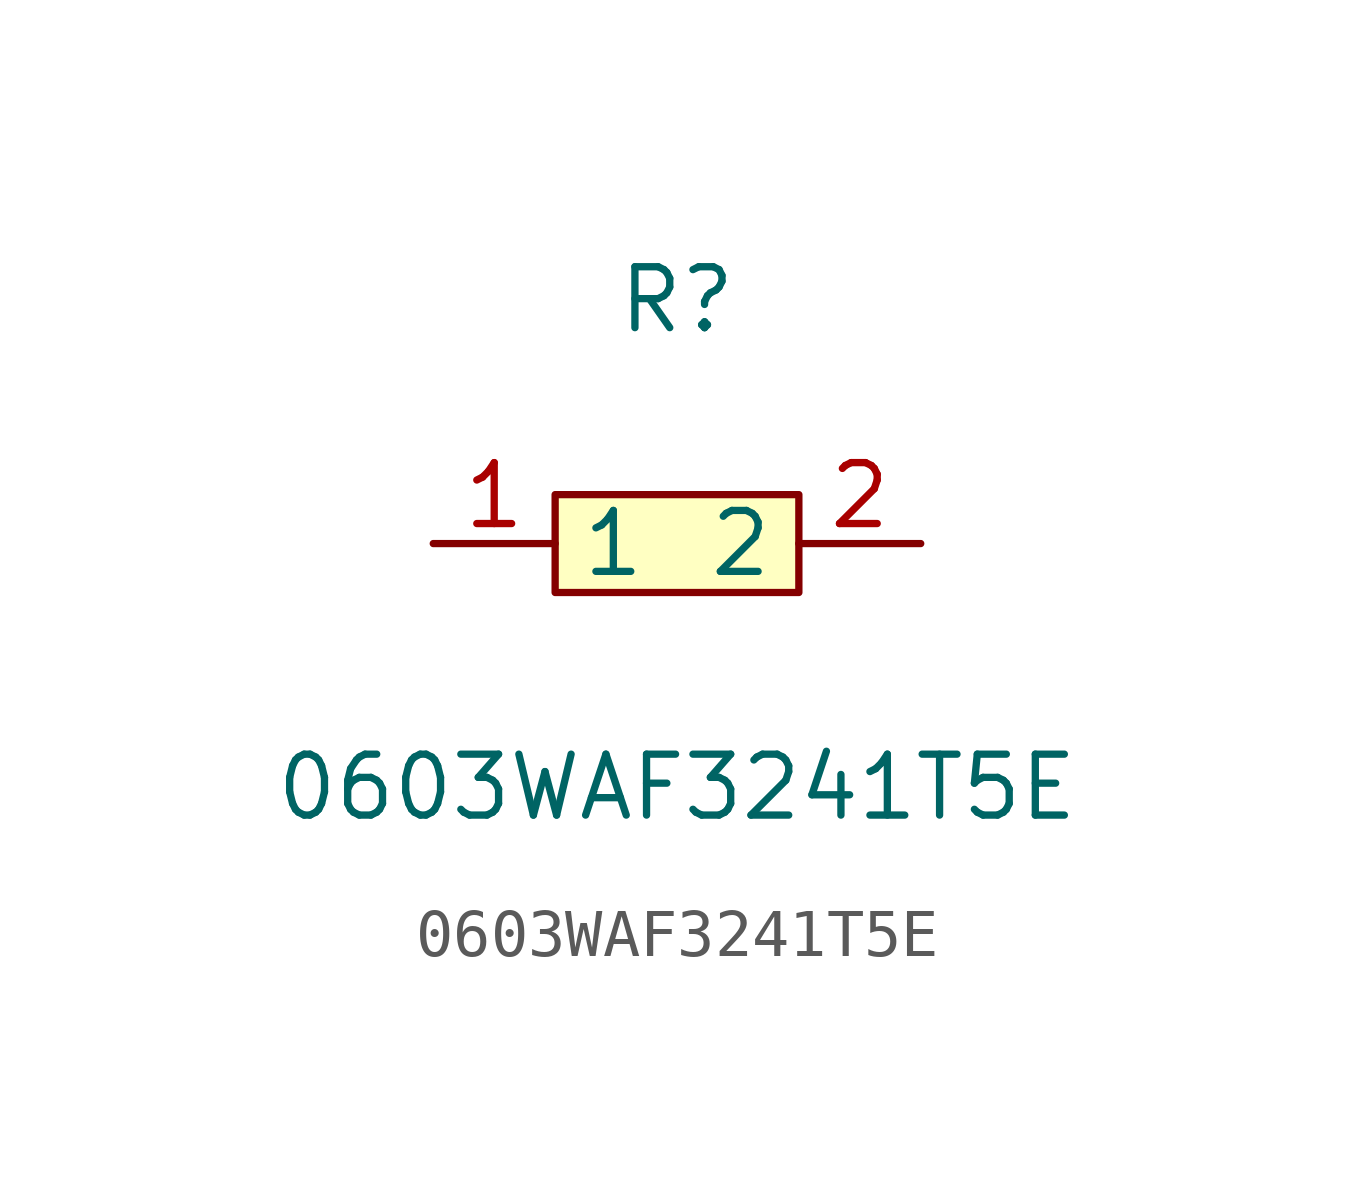
<source format=kicad_sym>
(kicad_symbol_lib
  (version 20211014)
  (generator https://github.com/uPesy/easyeda2kicad.py)
  (symbol "0603WAF3241T5E"
    (property "Reference" "R"
      (at 0 5.08 0)
      (effects (font (size 1.27 1.27))))
    (property "Value" "0603WAF3241T5E"
      (at 0 -5.08 0)
      (effects (font (size 1.27 1.27))))
    (symbol "0603WAF3241T5E_0_1"
      (rectangle (start -2.54 1.02) (end 2.54 -1.02) (stroke (width 0) (type default) (color 0 0 0 0)) (fill (type background)))
      (pin input line (at 5.08 -0.00 180) (length 2.54) (name "2" (effects (font (size 1.27 1.27)))) (number "2" (effects (font (size 1.27 1.27)))))
      (pin input line (at -5.08 -0.00 0) (length 2.54) (name "1" (effects (font (size 1.27 1.27)))) (number "1" (effects (font (size 1.27 1.27))))))))
</source>
